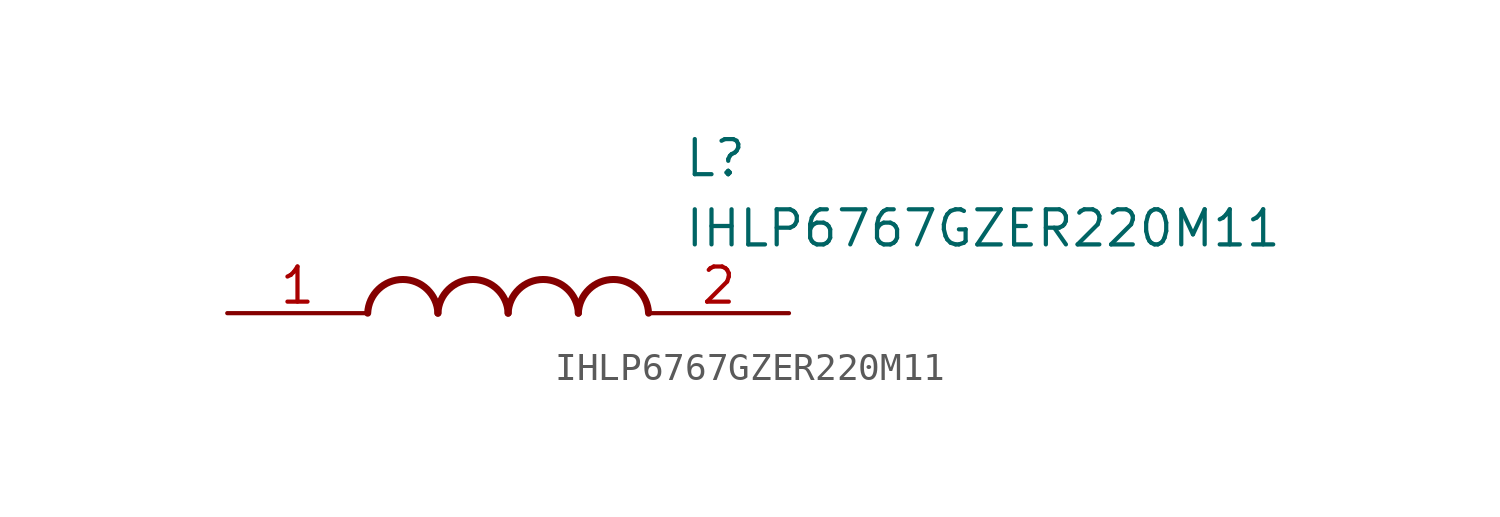
<source format=kicad_sym>
(kicad_symbol_lib
  (version 20211014)
  (generator SamacSys_ECAD_Model)
  (symbol "IHLP6767GZER220M11"
    (pin_names hide)
    (property "Reference" "L"
      (at 16.51 6.35 0)
      (effects (font (size 1.27 1.27)) (justify left top)))
    (property "Value" "IHLP6767GZER220M11"
      (at 16.51 3.81 0)
      (effects (font (size 1.27 1.27)) (justify left top)))
    (arc
      (start 7.62 0)
      (mid 6.35 1.219)
      (end 5.08 0)
      (stroke (width 0.254) (type default))
      (fill (type none)))
    (arc
      (start 10.16 0)
      (mid 8.89 1.219)
      (end 7.62 0)
      (stroke (width 0.254) (type default))
      (fill (type none)))
    (arc
      (start 12.7 0)
      (mid 11.43 1.219)
      (end 10.16 0)
      (stroke (width 0.254) (type default))
      (fill (type none)))
    (arc
      (start 15.24 0)
      (mid 13.97 1.219)
      (end 12.7 0)
      (stroke (width 0.254) (type default))
      (fill (type none)))
    (pin passive line
      (at 0 0 0)
      (length 5.08)
      (name "1" (effects (font (size 1.27 1.27))))
      (number "1" (effects (font (size 1.27 1.27)))))
    (pin passive line
      (at 20.32 0 180)
      (length 5.08)
      (name "2" (effects (font (size 1.27 1.27))))
      (number "2" (effects (font (size 1.27 1.27)))))))
</source>
